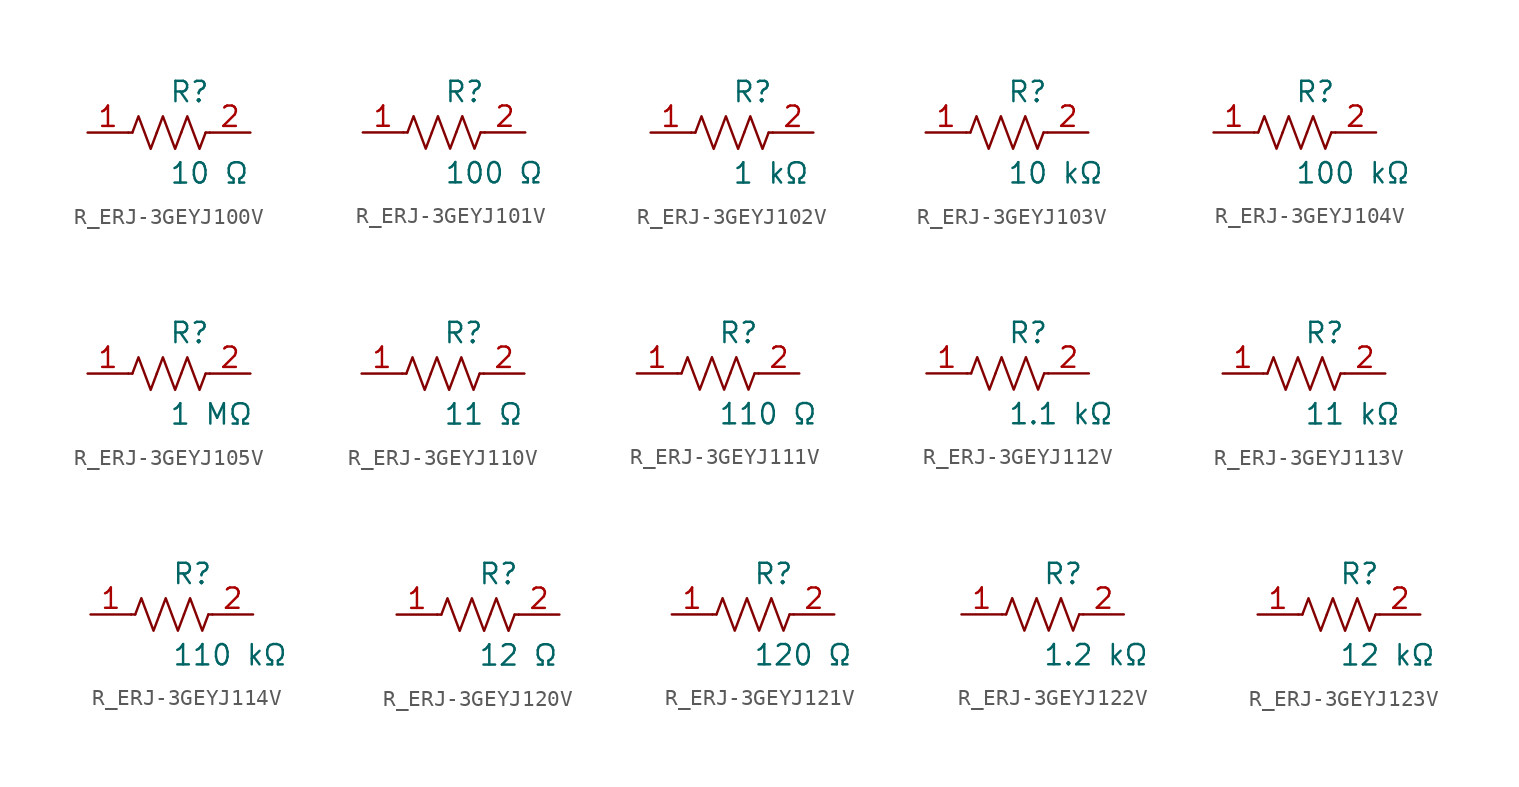
<source format=kicad_sym>
(kicad_symbol_lib
  (version 20231120)
  (generator kicad_symbol_editor)
  (generator_version 8.0)
  (symbol "R_ERJ-3GEYJ100V"
    (pin_names
      (offset 0.254))
    (property "Reference" "R"
      (at 0 2.54 0)
      (effects (font (size 1.27 1.27)) (justify left)))
    (property "Value" "10 Ω"
      (at 0 -2.54 0)
      (effects (font (size 1.27 1.27)) (justify left)))
    (symbol "R_ERJ-3GEYJ100V_0_1"
      (polyline (pts (xy 2.286 0) (xy 2.54 0)) (stroke (width 0) (type default)) (fill (type none)))
      (polyline (pts (xy -2.286 0) (xy -2.54 0)) (stroke (width 0) (type default)) (fill (type none)))
      (polyline (pts (xy 0.762 0) (xy 1.143 1.016) (xy 1.524 0) (xy 1.905 -1.016) (xy 2.286 0)) (stroke (width 0) (type default)) (fill (type none)))
      (polyline (pts (xy -0.762 0) (xy -0.381 1.016) (xy 0 0) (xy 0.381 -1.016) (xy 0.762 0)) (stroke (width 0) (type default)) (fill (type none)))
      (polyline (pts (xy -2.286 0) (xy -1.905 1.016) (xy -1.524 0) (xy -1.143 -1.016) (xy -0.762 0)) (stroke (width 0) (type default)) (fill (type none))))
    (pin passive line
      (at -5.08 0 0)
      (length 2.54)
      (name "" (effects (font (size 1.27 1.27))))
      (number "1" (effects (font (size 1.27 1.27)))))
    (pin passive line
      (at 5.08 0 180)
      (length 2.54)
      (name "" (effects (font (size 1.27 1.27))))
      (number "2" (effects (font (size 1.27 1.27))))))
  (symbol "R_ERJ-3GEYJ101V"
    (pin_names
      (offset 0.254))
    (property "Reference" "R"
      (at 0 2.54 0)
      (effects (font (size 1.27 1.27)) (justify left)))
    (property "Value" "100 Ω"
      (at 0 -2.54 0)
      (effects (font (size 1.27 1.27)) (justify left)))
    (symbol "R_ERJ-3GEYJ101V_0_1"
      (polyline (pts (xy 2.286 0) (xy 2.54 0)) (stroke (width 0) (type default)) (fill (type none)))
      (polyline (pts (xy -2.286 0) (xy -2.54 0)) (stroke (width 0) (type default)) (fill (type none)))
      (polyline (pts (xy 0.762 0) (xy 1.143 1.016) (xy 1.524 0) (xy 1.905 -1.016) (xy 2.286 0)) (stroke (width 0) (type default)) (fill (type none)))
      (polyline (pts (xy -0.762 0) (xy -0.381 1.016) (xy 0 0) (xy 0.381 -1.016) (xy 0.762 0)) (stroke (width 0) (type default)) (fill (type none)))
      (polyline (pts (xy -2.286 0) (xy -1.905 1.016) (xy -1.524 0) (xy -1.143 -1.016) (xy -0.762 0)) (stroke (width 0) (type default)) (fill (type none))))
    (pin passive line
      (at -5.08 0 0)
      (length 2.54)
      (name "" (effects (font (size 1.27 1.27))))
      (number "1" (effects (font (size 1.27 1.27)))))
    (pin passive line
      (at 5.08 0 180)
      (length 2.54)
      (name "" (effects (font (size 1.27 1.27))))
      (number "2" (effects (font (size 1.27 1.27))))))
  (symbol "R_ERJ-3GEYJ102V"
    (pin_names
      (offset 0.254))
    (property "Reference" "R"
      (at 0 2.54 0)
      (effects (font (size 1.27 1.27)) (justify left)))
    (property "Value" "1 kΩ"
      (at 0 -2.54 0)
      (effects (font (size 1.27 1.27)) (justify left)))
    (symbol "R_ERJ-3GEYJ102V_0_1"
      (polyline (pts (xy 2.286 0) (xy 2.54 0)) (stroke (width 0) (type default)) (fill (type none)))
      (polyline (pts (xy -2.286 0) (xy -2.54 0)) (stroke (width 0) (type default)) (fill (type none)))
      (polyline (pts (xy 0.762 0) (xy 1.143 1.016) (xy 1.524 0) (xy 1.905 -1.016) (xy 2.286 0)) (stroke (width 0) (type default)) (fill (type none)))
      (polyline (pts (xy -0.762 0) (xy -0.381 1.016) (xy 0 0) (xy 0.381 -1.016) (xy 0.762 0)) (stroke (width 0) (type default)) (fill (type none)))
      (polyline (pts (xy -2.286 0) (xy -1.905 1.016) (xy -1.524 0) (xy -1.143 -1.016) (xy -0.762 0)) (stroke (width 0) (type default)) (fill (type none))))
    (pin passive line
      (at -5.08 0 0)
      (length 2.54)
      (name "" (effects (font (size 1.27 1.27))))
      (number "1" (effects (font (size 1.27 1.27)))))
    (pin passive line
      (at 5.08 0 180)
      (length 2.54)
      (name "" (effects (font (size 1.27 1.27))))
      (number "2" (effects (font (size 1.27 1.27))))))
  (symbol "R_ERJ-3GEYJ103V"
    (pin_names
      (offset 0.254))
    (property "Reference" "R"
      (at 0 2.54 0)
      (effects (font (size 1.27 1.27)) (justify left)))
    (property "Value" "10 kΩ"
      (at 0 -2.54 0)
      (effects (font (size 1.27 1.27)) (justify left)))
    (symbol "R_ERJ-3GEYJ103V_0_1"
      (polyline (pts (xy 2.286 0) (xy 2.54 0)) (stroke (width 0) (type default)) (fill (type none)))
      (polyline (pts (xy -2.286 0) (xy -2.54 0)) (stroke (width 0) (type default)) (fill (type none)))
      (polyline (pts (xy 0.762 0) (xy 1.143 1.016) (xy 1.524 0) (xy 1.905 -1.016) (xy 2.286 0)) (stroke (width 0) (type default)) (fill (type none)))
      (polyline (pts (xy -0.762 0) (xy -0.381 1.016) (xy 0 0) (xy 0.381 -1.016) (xy 0.762 0)) (stroke (width 0) (type default)) (fill (type none)))
      (polyline (pts (xy -2.286 0) (xy -1.905 1.016) (xy -1.524 0) (xy -1.143 -1.016) (xy -0.762 0)) (stroke (width 0) (type default)) (fill (type none))))
    (pin passive line
      (at -5.08 0 0)
      (length 2.54)
      (name "" (effects (font (size 1.27 1.27))))
      (number "1" (effects (font (size 1.27 1.27)))))
    (pin passive line
      (at 5.08 0 180)
      (length 2.54)
      (name "" (effects (font (size 1.27 1.27))))
      (number "2" (effects (font (size 1.27 1.27))))))
  (symbol "R_ERJ-3GEYJ104V"
    (pin_names
      (offset 0.254))
    (property "Reference" "R"
      (at 0 2.54 0)
      (effects (font (size 1.27 1.27)) (justify left)))
    (property "Value" "100 kΩ"
      (at 0 -2.54 0)
      (effects (font (size 1.27 1.27)) (justify left)))
    (symbol "R_ERJ-3GEYJ104V_0_1"
      (polyline (pts (xy 2.286 0) (xy 2.54 0)) (stroke (width 0) (type default)) (fill (type none)))
      (polyline (pts (xy -2.286 0) (xy -2.54 0)) (stroke (width 0) (type default)) (fill (type none)))
      (polyline (pts (xy 0.762 0) (xy 1.143 1.016) (xy 1.524 0) (xy 1.905 -1.016) (xy 2.286 0)) (stroke (width 0) (type default)) (fill (type none)))
      (polyline (pts (xy -0.762 0) (xy -0.381 1.016) (xy 0 0) (xy 0.381 -1.016) (xy 0.762 0)) (stroke (width 0) (type default)) (fill (type none)))
      (polyline (pts (xy -2.286 0) (xy -1.905 1.016) (xy -1.524 0) (xy -1.143 -1.016) (xy -0.762 0)) (stroke (width 0) (type default)) (fill (type none))))
    (pin passive line
      (at -5.08 0 0)
      (length 2.54)
      (name "" (effects (font (size 1.27 1.27))))
      (number "1" (effects (font (size 1.27 1.27)))))
    (pin passive line
      (at 5.08 0 180)
      (length 2.54)
      (name "" (effects (font (size 1.27 1.27))))
      (number "2" (effects (font (size 1.27 1.27))))))
  (symbol "R_ERJ-3GEYJ105V"
    (pin_names
      (offset 0.254))
    (property "Reference" "R"
      (at 0 2.54 0)
      (effects (font (size 1.27 1.27)) (justify left)))
    (property "Value" "1 MΩ"
      (at 0 -2.54 0)
      (effects (font (size 1.27 1.27)) (justify left)))
    (symbol "R_ERJ-3GEYJ105V_0_1"
      (polyline (pts (xy 2.286 0) (xy 2.54 0)) (stroke (width 0) (type default)) (fill (type none)))
      (polyline (pts (xy -2.286 0) (xy -2.54 0)) (stroke (width 0) (type default)) (fill (type none)))
      (polyline (pts (xy 0.762 0) (xy 1.143 1.016) (xy 1.524 0) (xy 1.905 -1.016) (xy 2.286 0)) (stroke (width 0) (type default)) (fill (type none)))
      (polyline (pts (xy -0.762 0) (xy -0.381 1.016) (xy 0 0) (xy 0.381 -1.016) (xy 0.762 0)) (stroke (width 0) (type default)) (fill (type none)))
      (polyline (pts (xy -2.286 0) (xy -1.905 1.016) (xy -1.524 0) (xy -1.143 -1.016) (xy -0.762 0)) (stroke (width 0) (type default)) (fill (type none))))
    (pin passive line
      (at -5.08 0 0)
      (length 2.54)
      (name "" (effects (font (size 1.27 1.27))))
      (number "1" (effects (font (size 1.27 1.27)))))
    (pin passive line
      (at 5.08 0 180)
      (length 2.54)
      (name "" (effects (font (size 1.27 1.27))))
      (number "2" (effects (font (size 1.27 1.27))))))
  (symbol "R_ERJ-3GEYJ110V"
    (pin_names
      (offset 0.254))
    (property "Reference" "R"
      (at 0 2.54 0)
      (effects (font (size 1.27 1.27)) (justify left)))
    (property "Value" "11 Ω"
      (at 0 -2.54 0)
      (effects (font (size 1.27 1.27)) (justify left)))
    (symbol "R_ERJ-3GEYJ110V_0_1"
      (polyline (pts (xy 2.286 0) (xy 2.54 0)) (stroke (width 0) (type default)) (fill (type none)))
      (polyline (pts (xy -2.286 0) (xy -2.54 0)) (stroke (width 0) (type default)) (fill (type none)))
      (polyline (pts (xy 0.762 0) (xy 1.143 1.016) (xy 1.524 0) (xy 1.905 -1.016) (xy 2.286 0)) (stroke (width 0) (type default)) (fill (type none)))
      (polyline (pts (xy -0.762 0) (xy -0.381 1.016) (xy 0 0) (xy 0.381 -1.016) (xy 0.762 0)) (stroke (width 0) (type default)) (fill (type none)))
      (polyline (pts (xy -2.286 0) (xy -1.905 1.016) (xy -1.524 0) (xy -1.143 -1.016) (xy -0.762 0)) (stroke (width 0) (type default)) (fill (type none))))
    (pin passive line
      (at -5.08 0 0)
      (length 2.54)
      (name "" (effects (font (size 1.27 1.27))))
      (number "1" (effects (font (size 1.27 1.27)))))
    (pin passive line
      (at 5.08 0 180)
      (length 2.54)
      (name "" (effects (font (size 1.27 1.27))))
      (number "2" (effects (font (size 1.27 1.27))))))
  (symbol "R_ERJ-3GEYJ111V"
    (pin_names
      (offset 0.254))
    (property "Reference" "R"
      (at 0 2.54 0)
      (effects (font (size 1.27 1.27)) (justify left)))
    (property "Value" "110 Ω"
      (at 0 -2.54 0)
      (effects (font (size 1.27 1.27)) (justify left)))
    (symbol "R_ERJ-3GEYJ111V_0_1"
      (polyline (pts (xy 2.286 0) (xy 2.54 0)) (stroke (width 0) (type default)) (fill (type none)))
      (polyline (pts (xy -2.286 0) (xy -2.54 0)) (stroke (width 0) (type default)) (fill (type none)))
      (polyline (pts (xy 0.762 0) (xy 1.143 1.016) (xy 1.524 0) (xy 1.905 -1.016) (xy 2.286 0)) (stroke (width 0) (type default)) (fill (type none)))
      (polyline (pts (xy -0.762 0) (xy -0.381 1.016) (xy 0 0) (xy 0.381 -1.016) (xy 0.762 0)) (stroke (width 0) (type default)) (fill (type none)))
      (polyline (pts (xy -2.286 0) (xy -1.905 1.016) (xy -1.524 0) (xy -1.143 -1.016) (xy -0.762 0)) (stroke (width 0) (type default)) (fill (type none))))
    (pin passive line
      (at -5.08 0 0)
      (length 2.54)
      (name "" (effects (font (size 1.27 1.27))))
      (number "1" (effects (font (size 1.27 1.27)))))
    (pin passive line
      (at 5.08 0 180)
      (length 2.54)
      (name "" (effects (font (size 1.27 1.27))))
      (number "2" (effects (font (size 1.27 1.27))))))
  (symbol "R_ERJ-3GEYJ112V"
    (pin_names
      (offset 0.254))
    (property "Reference" "R"
      (at 0 2.54 0)
      (effects (font (size 1.27 1.27)) (justify left)))
    (property "Value" "1.1 kΩ"
      (at 0 -2.54 0)
      (effects (font (size 1.27 1.27)) (justify left)))
    (symbol "R_ERJ-3GEYJ112V_0_1"
      (polyline (pts (xy 2.286 0) (xy 2.54 0)) (stroke (width 0) (type default)) (fill (type none)))
      (polyline (pts (xy -2.286 0) (xy -2.54 0)) (stroke (width 0) (type default)) (fill (type none)))
      (polyline (pts (xy 0.762 0) (xy 1.143 1.016) (xy 1.524 0) (xy 1.905 -1.016) (xy 2.286 0)) (stroke (width 0) (type default)) (fill (type none)))
      (polyline (pts (xy -0.762 0) (xy -0.381 1.016) (xy 0 0) (xy 0.381 -1.016) (xy 0.762 0)) (stroke (width 0) (type default)) (fill (type none)))
      (polyline (pts (xy -2.286 0) (xy -1.905 1.016) (xy -1.524 0) (xy -1.143 -1.016) (xy -0.762 0)) (stroke (width 0) (type default)) (fill (type none))))
    (pin passive line
      (at -5.08 0 0)
      (length 2.54)
      (name "" (effects (font (size 1.27 1.27))))
      (number "1" (effects (font (size 1.27 1.27)))))
    (pin passive line
      (at 5.08 0 180)
      (length 2.54)
      (name "" (effects (font (size 1.27 1.27))))
      (number "2" (effects (font (size 1.27 1.27))))))
  (symbol "R_ERJ-3GEYJ113V"
    (pin_names
      (offset 0.254))
    (property "Reference" "R"
      (at 0 2.54 0)
      (effects (font (size 1.27 1.27)) (justify left)))
    (property "Value" "11 kΩ"
      (at 0 -2.54 0)
      (effects (font (size 1.27 1.27)) (justify left)))
    (symbol "R_ERJ-3GEYJ113V_0_1"
      (polyline (pts (xy 2.286 0) (xy 2.54 0)) (stroke (width 0) (type default)) (fill (type none)))
      (polyline (pts (xy -2.286 0) (xy -2.54 0)) (stroke (width 0) (type default)) (fill (type none)))
      (polyline (pts (xy 0.762 0) (xy 1.143 1.016) (xy 1.524 0) (xy 1.905 -1.016) (xy 2.286 0)) (stroke (width 0) (type default)) (fill (type none)))
      (polyline (pts (xy -0.762 0) (xy -0.381 1.016) (xy 0 0) (xy 0.381 -1.016) (xy 0.762 0)) (stroke (width 0) (type default)) (fill (type none)))
      (polyline (pts (xy -2.286 0) (xy -1.905 1.016) (xy -1.524 0) (xy -1.143 -1.016) (xy -0.762 0)) (stroke (width 0) (type default)) (fill (type none))))
    (pin passive line
      (at -5.08 0 0)
      (length 2.54)
      (name "" (effects (font (size 1.27 1.27))))
      (number "1" (effects (font (size 1.27 1.27)))))
    (pin passive line
      (at 5.08 0 180)
      (length 2.54)
      (name "" (effects (font (size 1.27 1.27))))
      (number "2" (effects (font (size 1.27 1.27))))))
  (symbol "R_ERJ-3GEYJ114V"
    (pin_names
      (offset 0.254))
    (property "Reference" "R"
      (at 0 2.54 0)
      (effects (font (size 1.27 1.27)) (justify left)))
    (property "Value" "110 kΩ"
      (at 0 -2.54 0)
      (effects (font (size 1.27 1.27)) (justify left)))
    (symbol "R_ERJ-3GEYJ114V_0_1"
      (polyline (pts (xy 2.286 0) (xy 2.54 0)) (stroke (width 0) (type default)) (fill (type none)))
      (polyline (pts (xy -2.286 0) (xy -2.54 0)) (stroke (width 0) (type default)) (fill (type none)))
      (polyline (pts (xy 0.762 0) (xy 1.143 1.016) (xy 1.524 0) (xy 1.905 -1.016) (xy 2.286 0)) (stroke (width 0) (type default)) (fill (type none)))
      (polyline (pts (xy -0.762 0) (xy -0.381 1.016) (xy 0 0) (xy 0.381 -1.016) (xy 0.762 0)) (stroke (width 0) (type default)) (fill (type none)))
      (polyline (pts (xy -2.286 0) (xy -1.905 1.016) (xy -1.524 0) (xy -1.143 -1.016) (xy -0.762 0)) (stroke (width 0) (type default)) (fill (type none))))
    (pin passive line
      (at -5.08 0 0)
      (length 2.54)
      (name "" (effects (font (size 1.27 1.27))))
      (number "1" (effects (font (size 1.27 1.27)))))
    (pin passive line
      (at 5.08 0 180)
      (length 2.54)
      (name "" (effects (font (size 1.27 1.27))))
      (number "2" (effects (font (size 1.27 1.27))))))
  (symbol "R_ERJ-3GEYJ120V"
    (pin_names
      (offset 0.254))
    (property "Reference" "R"
      (at 0 2.54 0)
      (effects (font (size 1.27 1.27)) (justify left)))
    (property "Value" "12 Ω"
      (at 0 -2.54 0)
      (effects (font (size 1.27 1.27)) (justify left)))
    (symbol "R_ERJ-3GEYJ120V_0_1"
      (polyline (pts (xy 2.286 0) (xy 2.54 0)) (stroke (width 0) (type default)) (fill (type none)))
      (polyline (pts (xy -2.286 0) (xy -2.54 0)) (stroke (width 0) (type default)) (fill (type none)))
      (polyline (pts (xy 0.762 0) (xy 1.143 1.016) (xy 1.524 0) (xy 1.905 -1.016) (xy 2.286 0)) (stroke (width 0) (type default)) (fill (type none)))
      (polyline (pts (xy -0.762 0) (xy -0.381 1.016) (xy 0 0) (xy 0.381 -1.016) (xy 0.762 0)) (stroke (width 0) (type default)) (fill (type none)))
      (polyline (pts (xy -2.286 0) (xy -1.905 1.016) (xy -1.524 0) (xy -1.143 -1.016) (xy -0.762 0)) (stroke (width 0) (type default)) (fill (type none))))
    (pin passive line
      (at -5.08 0 0)
      (length 2.54)
      (name "" (effects (font (size 1.27 1.27))))
      (number "1" (effects (font (size 1.27 1.27)))))
    (pin passive line
      (at 5.08 0 180)
      (length 2.54)
      (name "" (effects (font (size 1.27 1.27))))
      (number "2" (effects (font (size 1.27 1.27))))))
  (symbol "R_ERJ-3GEYJ121V"
    (pin_names
      (offset 0.254))
    (property "Reference" "R"
      (at 0 2.54 0)
      (effects (font (size 1.27 1.27)) (justify left)))
    (property "Value" "120 Ω"
      (at 0 -2.54 0)
      (effects (font (size 1.27 1.27)) (justify left)))
    (symbol "R_ERJ-3GEYJ121V_0_1"
      (polyline (pts (xy 2.286 0) (xy 2.54 0)) (stroke (width 0) (type default)) (fill (type none)))
      (polyline (pts (xy -2.286 0) (xy -2.54 0)) (stroke (width 0) (type default)) (fill (type none)))
      (polyline (pts (xy 0.762 0) (xy 1.143 1.016) (xy 1.524 0) (xy 1.905 -1.016) (xy 2.286 0)) (stroke (width 0) (type default)) (fill (type none)))
      (polyline (pts (xy -0.762 0) (xy -0.381 1.016) (xy 0 0) (xy 0.381 -1.016) (xy 0.762 0)) (stroke (width 0) (type default)) (fill (type none)))
      (polyline (pts (xy -2.286 0) (xy -1.905 1.016) (xy -1.524 0) (xy -1.143 -1.016) (xy -0.762 0)) (stroke (width 0) (type default)) (fill (type none))))
    (pin passive line
      (at -5.08 0 0)
      (length 2.54)
      (name "" (effects (font (size 1.27 1.27))))
      (number "1" (effects (font (size 1.27 1.27)))))
    (pin passive line
      (at 5.08 0 180)
      (length 2.54)
      (name "" (effects (font (size 1.27 1.27))))
      (number "2" (effects (font (size 1.27 1.27))))))
  (symbol "R_ERJ-3GEYJ122V"
    (pin_names
      (offset 0.254))
    (property "Reference" "R"
      (at 0 2.54 0)
      (effects (font (size 1.27 1.27)) (justify left)))
    (property "Value" "1.2 kΩ"
      (at 0 -2.54 0)
      (effects (font (size 1.27 1.27)) (justify left)))
    (symbol "R_ERJ-3GEYJ122V_0_1"
      (polyline (pts (xy 2.286 0) (xy 2.54 0)) (stroke (width 0) (type default)) (fill (type none)))
      (polyline (pts (xy -2.286 0) (xy -2.54 0)) (stroke (width 0) (type default)) (fill (type none)))
      (polyline (pts (xy 0.762 0) (xy 1.143 1.016) (xy 1.524 0) (xy 1.905 -1.016) (xy 2.286 0)) (stroke (width 0) (type default)) (fill (type none)))
      (polyline (pts (xy -0.762 0) (xy -0.381 1.016) (xy 0 0) (xy 0.381 -1.016) (xy 0.762 0)) (stroke (width 0) (type default)) (fill (type none)))
      (polyline (pts (xy -2.286 0) (xy -1.905 1.016) (xy -1.524 0) (xy -1.143 -1.016) (xy -0.762 0)) (stroke (width 0) (type default)) (fill (type none))))
    (pin passive line
      (at -5.08 0 0)
      (length 2.54)
      (name "" (effects (font (size 1.27 1.27))))
      (number "1" (effects (font (size 1.27 1.27)))))
    (pin passive line
      (at 5.08 0 180)
      (length 2.54)
      (name "" (effects (font (size 1.27 1.27))))
      (number "2" (effects (font (size 1.27 1.27))))))
  (symbol "R_ERJ-3GEYJ123V"
    (pin_names
      (offset 0.254))
    (property "Reference" "R"
      (at 0 2.54 0)
      (effects (font (size 1.27 1.27)) (justify left)))
    (property "Value" "12 kΩ"
      (at 0 -2.54 0)
      (effects (font (size 1.27 1.27)) (justify left)))
    (symbol "R_ERJ-3GEYJ123V_0_1"
      (polyline (pts (xy 2.286 0) (xy 2.54 0)) (stroke (width 0) (type default)) (fill (type none)))
      (polyline (pts (xy -2.286 0) (xy -2.54 0)) (stroke (width 0) (type default)) (fill (type none)))
      (polyline (pts (xy 0.762 0) (xy 1.143 1.016) (xy 1.524 0) (xy 1.905 -1.016) (xy 2.286 0)) (stroke (width 0) (type default)) (fill (type none)))
      (polyline (pts (xy -0.762 0) (xy -0.381 1.016) (xy 0 0) (xy 0.381 -1.016) (xy 0.762 0)) (stroke (width 0) (type default)) (fill (type none)))
      (polyline (pts (xy -2.286 0) (xy -1.905 1.016) (xy -1.524 0) (xy -1.143 -1.016) (xy -0.762 0)) (stroke (width 0) (type default)) (fill (type none))))
    (pin passive line
      (at -5.08 0 0)
      (length 2.54)
      (name "" (effects (font (size 1.27 1.27))))
      (number "1" (effects (font (size 1.27 1.27)))))
    (pin passive line
      (at 5.08 0 180)
      (length 2.54)
      (name "" (effects (font (size 1.27 1.27))))
      (number "2" (effects (font (size 1.27 1.27)))))))
</source>
